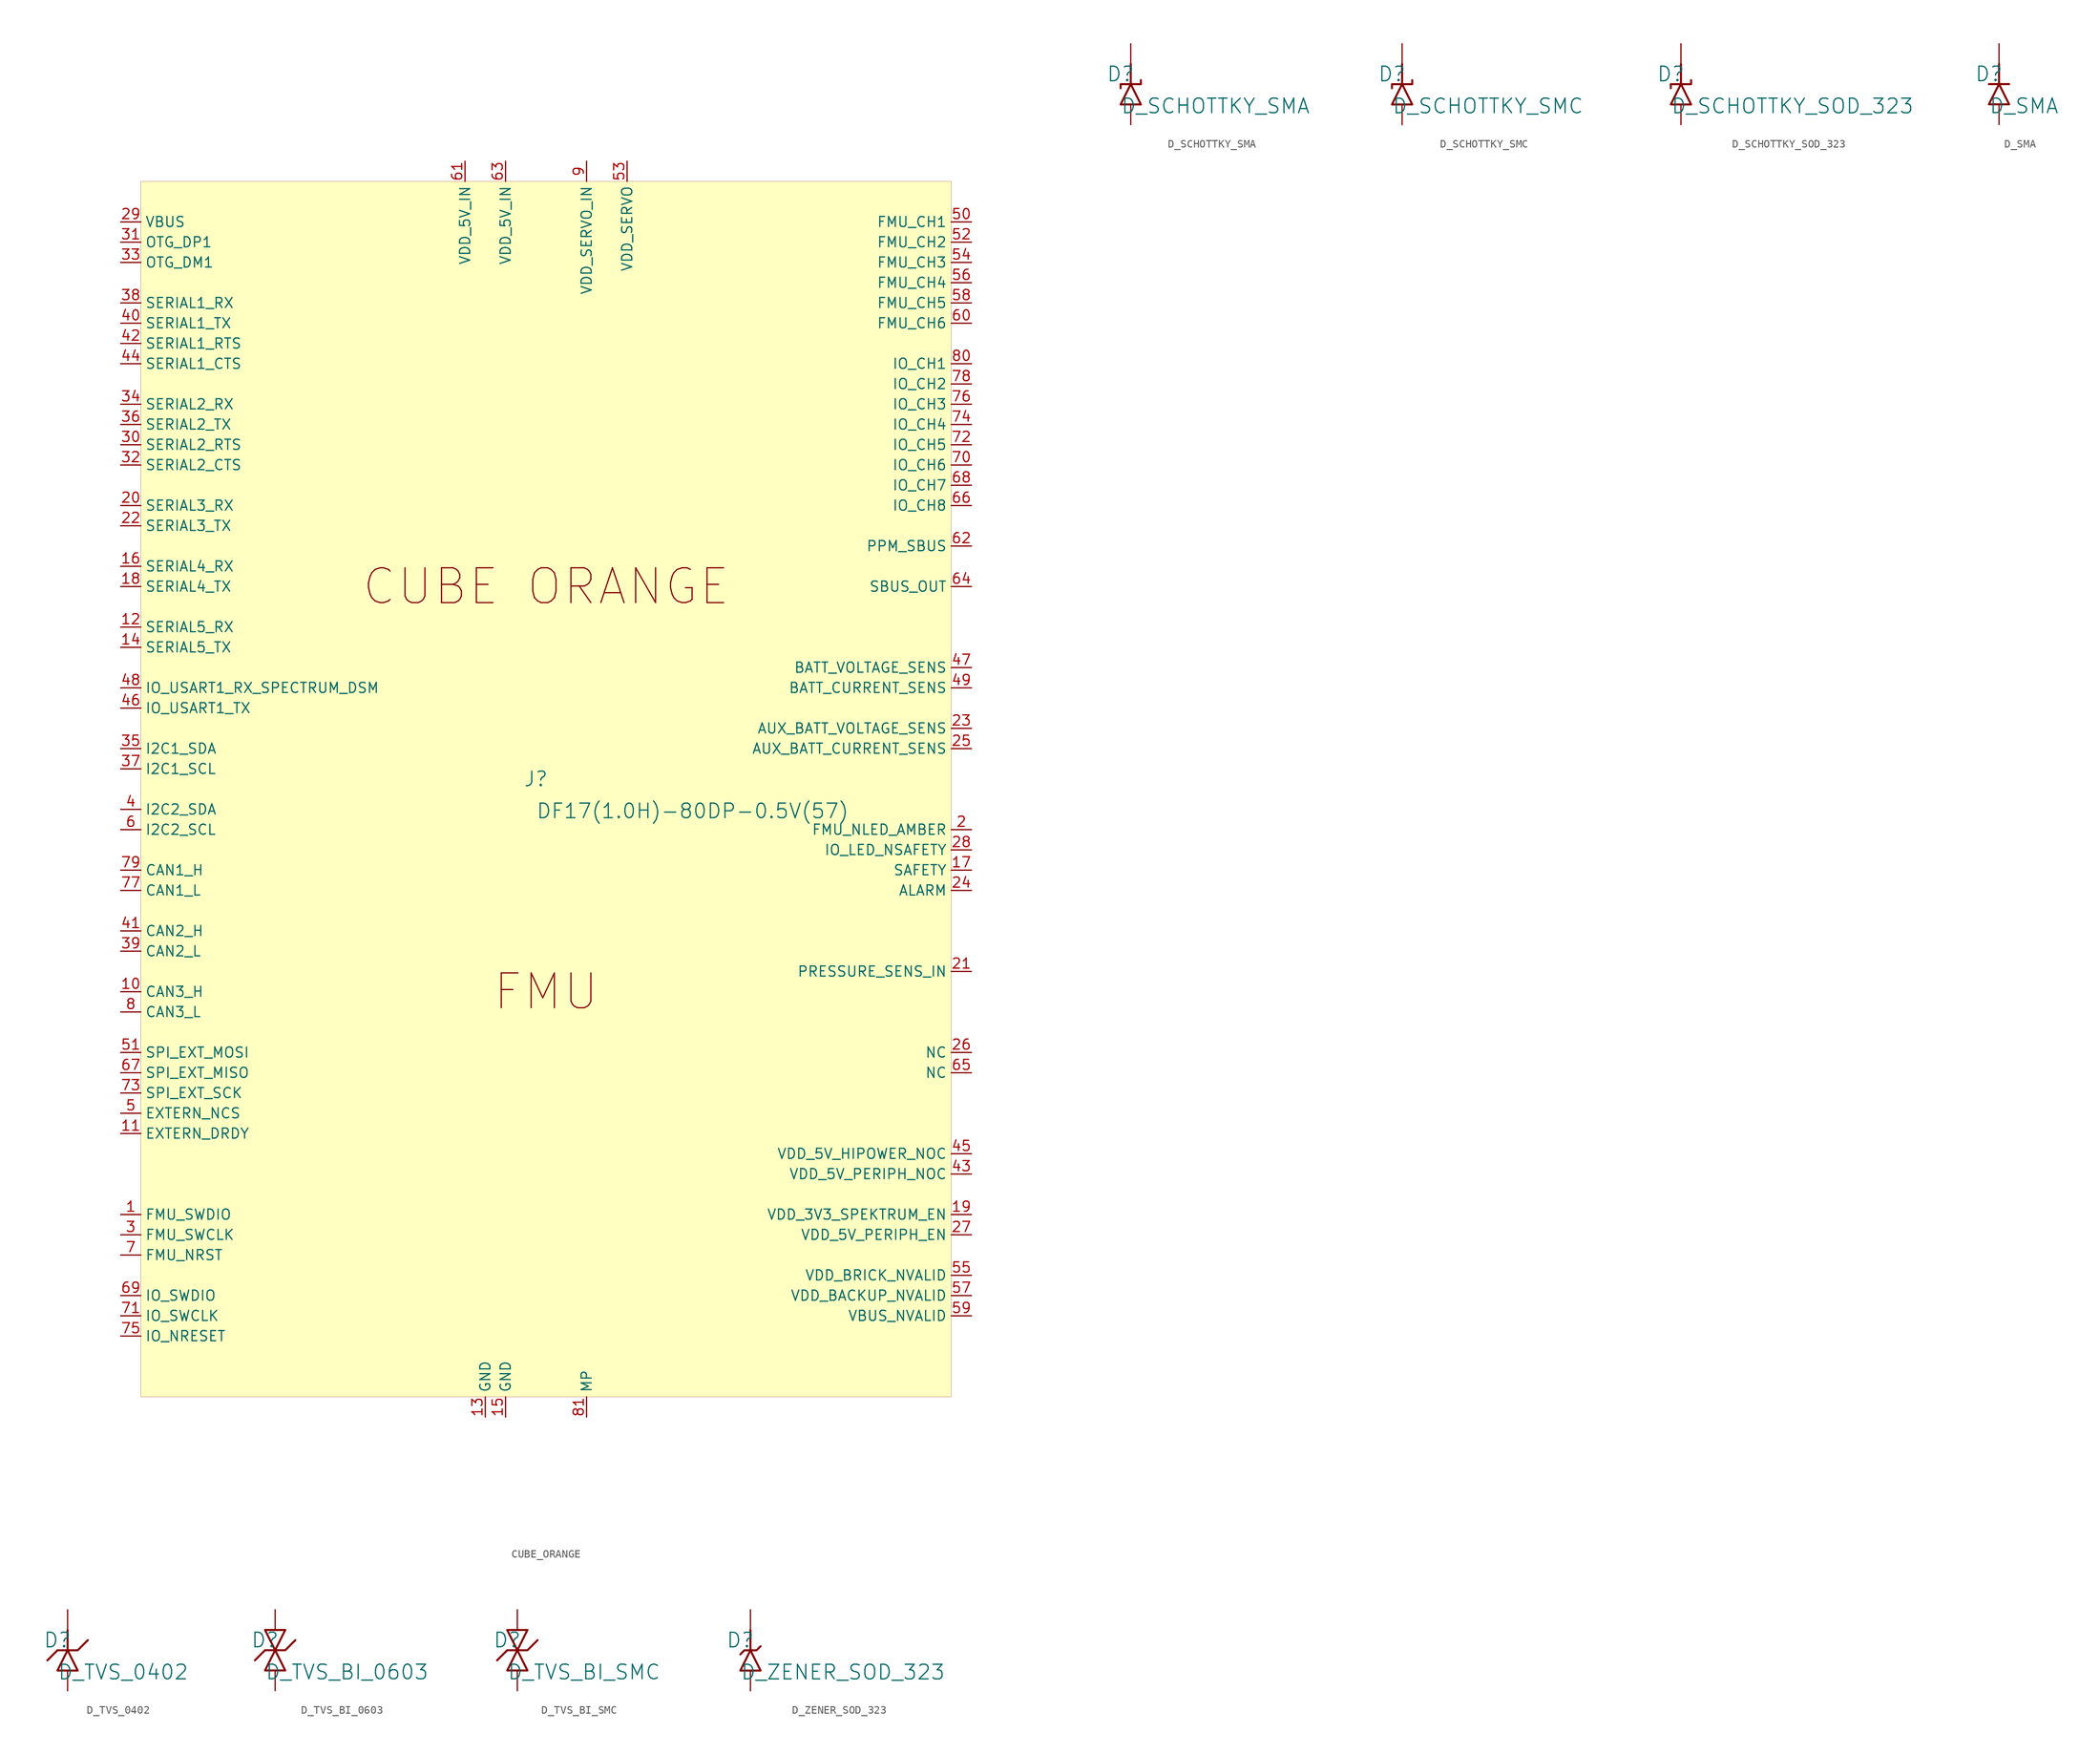
<source format=kicad_sym>
(kicad_symbol_lib
  (version 20231120)
  (generator "kicad_symbol_editor")
  (generator_version "8.0")
  (symbol "CUBE_ORANGE"
    (property "Reference" "J"
      (at -1.27 1.27 0)
      (effects (font (size 1.829 1.829))))
    (property "Value" "DF17(1.0H)-80DP-0.5V(57)"
      (at -1.27 -3.81 0)
      (effects (font (size 1.829 1.829)) (justify left bottom)))
    (symbol "CUBE_ORANGE_1_0"
      (rectangle (start 50.8 76.2) (end -50.8 -76.2) (stroke (width 0.025) (type solid) (color 128 0 0 1)) (fill (type background)))
      (text "CUBE ORANGE" (at 0 25.4 0) (effects (font (size 4.369 4.369))))
      (text "FMU" (at 0 -25.4 0) (effects (font (size 4.369 4.369))))
      (pin passive line (at -53.34 -53.34 0) (length 2.54) (name "FMU_SWDIO" (effects (font (size 1.27 1.27)))) (number "1" (effects (font (size 1.27 1.27)))))
      (pin bidirectional line (at -53.34 -25.4 0) (length 2.54) (name "CAN3_H" (effects (font (size 1.27 1.27)))) (number "10" (effects (font (size 1.27 1.27)))))
      (pin passive line (at -53.34 -43.18 0) (length 2.54) (name "EXTERN_DRDY" (effects (font (size 1.27 1.27)))) (number "11" (effects (font (size 1.27 1.27)))))
      (pin input line (at -53.34 20.32 0) (length 2.54) (name "SERIAL5_RX" (effects (font (size 1.27 1.27)))) (number "12" (effects (font (size 1.27 1.27)))))
      (pin passive line (at -7.62 -78.74 90) (length 2.54) (name "GND" (effects (font (size 1.27 1.27)))) (number "13" (effects (font (size 1.27 1.27)))))
      (pin output line (at -53.34 17.78 0) (length 2.54) (name "SERIAL5_TX" (effects (font (size 1.27 1.27)))) (number "14" (effects (font (size 1.27 1.27)))))
      (pin passive line (at -5.08 -78.74 90) (length 2.54) (name "GND" (effects (font (size 1.27 1.27)))) (number "15" (effects (font (size 1.27 1.27)))))
      (pin input line (at -53.34 27.94 0) (length 2.54) (name "SERIAL4_RX" (effects (font (size 1.27 1.27)))) (number "16" (effects (font (size 1.27 1.27)))))
      (pin passive line (at 53.34 -10.16 180) (length 2.54) (name "SAFETY" (effects (font (size 1.27 1.27)))) (number "17" (effects (font (size 1.27 1.27)))))
      (pin output line (at -53.34 25.4 0) (length 2.54) (name "SERIAL4_TX" (effects (font (size 1.27 1.27)))) (number "18" (effects (font (size 1.27 1.27)))))
      (pin passive line (at 53.34 -53.34 180) (length 2.54) (name "VDD_3V3_SPEKTRUM_EN" (effects (font (size 1.27 1.27)))) (number "19" (effects (font (size 1.27 1.27)))))
      (pin passive line (at 53.34 -5.08 180) (length 2.54) (name "FMU_NLED_AMBER" (effects (font (size 1.27 1.27)))) (number "2" (effects (font (size 1.27 1.27)))))
      (pin input line (at -53.34 35.56 0) (length 2.54) (name "SERIAL3_RX" (effects (font (size 1.27 1.27)))) (number "20" (effects (font (size 1.27 1.27)))))
      (pin passive line (at 53.34 -22.86 180) (length 2.54) (name "PRESSURE_SENS_IN" (effects (font (size 1.27 1.27)))) (number "21" (effects (font (size 1.27 1.27)))))
      (pin output line (at -53.34 33.02 0) (length 2.54) (name "SERIAL3_TX" (effects (font (size 1.27 1.27)))) (number "22" (effects (font (size 1.27 1.27)))))
      (pin input line (at 53.34 7.62 180) (length 2.54) (name "AUX_BATT_VOLTAGE_SENS" (effects (font (size 1.27 1.27)))) (number "23" (effects (font (size 1.27 1.27)))))
      (pin passive line (at 53.34 -12.7 180) (length 2.54) (name "ALARM" (effects (font (size 1.27 1.27)))) (number "24" (effects (font (size 1.27 1.27)))))
      (pin input line (at 53.34 5.08 180) (length 2.54) (name "AUX_BATT_CURRENT_SENS" (effects (font (size 1.27 1.27)))) (number "25" (effects (font (size 1.27 1.27)))))
      (pin passive line (at 53.34 -33.02 180) (length 2.54) (name "NC" (effects (font (size 1.27 1.27)))) (number "26" (effects (font (size 1.27 1.27)))))
      (pin passive line (at 53.34 -55.88 180) (length 2.54) (name "VDD_5V_PERIPH_EN" (effects (font (size 1.27 1.27)))) (number "27" (effects (font (size 1.27 1.27)))))
      (pin passive line (at 53.34 -7.62 180) (length 2.54) (name "IO_LED_NSAFETY" (effects (font (size 1.27 1.27)))) (number "28" (effects (font (size 1.27 1.27)))))
      (pin passive line (at -53.34 71.12 0) (length 2.54) (name "VBUS" (effects (font (size 1.27 1.27)))) (number "29" (effects (font (size 1.27 1.27)))))
      (pin passive line (at -53.34 -55.88 0) (length 2.54) (name "FMU_SWCLK" (effects (font (size 1.27 1.27)))) (number "3" (effects (font (size 1.27 1.27)))))
      (pin passive line (at -53.34 43.18 0) (length 2.54) (name "SERIAL2_RTS" (effects (font (size 1.27 1.27)))) (number "30" (effects (font (size 1.27 1.27)))))
      (pin bidirectional line (at -53.34 68.58 0) (length 2.54) (name "OTG_DP1" (effects (font (size 1.27 1.27)))) (number "31" (effects (font (size 1.27 1.27)))))
      (pin passive line (at -53.34 40.64 0) (length 2.54) (name "SERIAL2_CTS" (effects (font (size 1.27 1.27)))) (number "32" (effects (font (size 1.27 1.27)))))
      (pin bidirectional line (at -53.34 66.04 0) (length 2.54) (name "OTG_DM1" (effects (font (size 1.27 1.27)))) (number "33" (effects (font (size 1.27 1.27)))))
      (pin input line (at -53.34 48.26 0) (length 2.54) (name "SERIAL2_RX" (effects (font (size 1.27 1.27)))) (number "34" (effects (font (size 1.27 1.27)))))
      (pin bidirectional line (at -53.34 5.08 0) (length 2.54) (name "I2C1_SDA" (effects (font (size 1.27 1.27)))) (number "35" (effects (font (size 1.27 1.27)))))
      (pin output line (at -53.34 45.72 0) (length 2.54) (name "SERIAL2_TX" (effects (font (size 1.27 1.27)))) (number "36" (effects (font (size 1.27 1.27)))))
      (pin output line (at -53.34 2.54 0) (length 2.54) (name "I2C1_SCL" (effects (font (size 1.27 1.27)))) (number "37" (effects (font (size 1.27 1.27)))))
      (pin input line (at -53.34 60.96 0) (length 2.54) (name "SERIAL1_RX" (effects (font (size 1.27 1.27)))) (number "38" (effects (font (size 1.27 1.27)))))
      (pin bidirectional line (at -53.34 -20.32 0) (length 2.54) (name "CAN2_L" (effects (font (size 1.27 1.27)))) (number "39" (effects (font (size 1.27 1.27)))))
      (pin bidirectional line (at -53.34 -2.54 0) (length 2.54) (name "I2C2_SDA" (effects (font (size 1.27 1.27)))) (number "4" (effects (font (size 1.27 1.27)))))
      (pin output line (at -53.34 58.42 0) (length 2.54) (name "SERIAL1_TX" (effects (font (size 1.27 1.27)))) (number "40" (effects (font (size 1.27 1.27)))))
      (pin bidirectional line (at -53.34 -17.78 0) (length 2.54) (name "CAN2_H" (effects (font (size 1.27 1.27)))) (number "41" (effects (font (size 1.27 1.27)))))
      (pin passive line (at -53.34 55.88 0) (length 2.54) (name "SERIAL1_RTS" (effects (font (size 1.27 1.27)))) (number "42" (effects (font (size 1.27 1.27)))))
      (pin passive line (at 53.34 -48.26 180) (length 2.54) (name "VDD_5V_PERIPH_NOC" (effects (font (size 1.27 1.27)))) (number "43" (effects (font (size 1.27 1.27)))))
      (pin passive line (at -53.34 53.34 0) (length 2.54) (name "SERIAL1_CTS" (effects (font (size 1.27 1.27)))) (number "44" (effects (font (size 1.27 1.27)))))
      (pin passive line (at 53.34 -45.72 180) (length 2.54) (name "VDD_5V_HIPOWER_NOC" (effects (font (size 1.27 1.27)))) (number "45" (effects (font (size 1.27 1.27)))))
      (pin output line (at -53.34 10.16 0) (length 2.54) (name "IO_USART1_TX" (effects (font (size 1.27 1.27)))) (number "46" (effects (font (size 1.27 1.27)))))
      (pin input line (at 53.34 15.24 180) (length 2.54) (name "BATT_VOLTAGE_SENS" (effects (font (size 1.27 1.27)))) (number "47" (effects (font (size 1.27 1.27)))))
      (pin input line (at -53.34 12.7 0) (length 2.54) (name "IO_USART1_RX_SPECTRUM_DSM" (effects (font (size 1.27 1.27)))) (number "48" (effects (font (size 1.27 1.27)))))
      (pin input line (at 53.34 12.7 180) (length 2.54) (name "BATT_CURRENT_SENS" (effects (font (size 1.27 1.27)))) (number "49" (effects (font (size 1.27 1.27)))))
      (pin passive line (at -53.34 -40.64 0) (length 2.54) (name "EXTERN_NCS" (effects (font (size 1.27 1.27)))) (number "5" (effects (font (size 1.27 1.27)))))
      (pin output line (at 53.34 71.12 180) (length 2.54) (name "FMU_CH1" (effects (font (size 1.27 1.27)))) (number "50" (effects (font (size 1.27 1.27)))))
      (pin output line (at -53.34 -33.02 0) (length 2.54) (name "SPI_EXT_MOSI" (effects (font (size 1.27 1.27)))) (number "51" (effects (font (size 1.27 1.27)))))
      (pin output line (at 53.34 68.58 180) (length 2.54) (name "FMU_CH2" (effects (font (size 1.27 1.27)))) (number "52" (effects (font (size 1.27 1.27)))))
      (pin passive line (at 10.16 78.74 270) (length 2.54) (name "VDD_SERVO" (effects (font (size 1.27 1.27)))) (number "53" (effects (font (size 1.27 1.27)))))
      (pin output line (at 53.34 66.04 180) (length 2.54) (name "FMU_CH3" (effects (font (size 1.27 1.27)))) (number "54" (effects (font (size 1.27 1.27)))))
      (pin passive line (at 53.34 -60.96 180) (length 2.54) (name "VDD_BRICK_NVALID" (effects (font (size 1.27 1.27)))) (number "55" (effects (font (size 1.27 1.27)))))
      (pin output line (at 53.34 63.5 180) (length 2.54) (name "FMU_CH4" (effects (font (size 1.27 1.27)))) (number "56" (effects (font (size 1.27 1.27)))))
      (pin passive line (at 53.34 -63.5 180) (length 2.54) (name "VDD_BACKUP_NVALID" (effects (font (size 1.27 1.27)))) (number "57" (effects (font (size 1.27 1.27)))))
      (pin output line (at 53.34 60.96 180) (length 2.54) (name "FMU_CH5" (effects (font (size 1.27 1.27)))) (number "58" (effects (font (size 1.27 1.27)))))
      (pin passive line (at 53.34 -66.04 180) (length 2.54) (name "VBUS_NVALID" (effects (font (size 1.27 1.27)))) (number "59" (effects (font (size 1.27 1.27)))))
      (pin output line (at -53.34 -5.08 0) (length 2.54) (name "I2C2_SCL" (effects (font (size 1.27 1.27)))) (number "6" (effects (font (size 1.27 1.27)))))
      (pin output line (at 53.34 58.42 180) (length 2.54) (name "FMU_CH6" (effects (font (size 1.27 1.27)))) (number "60" (effects (font (size 1.27 1.27)))))
      (pin passive line (at -10.16 78.74 270) (length 2.54) (name "VDD_5V_IN" (effects (font (size 1.27 1.27)))) (number "61" (effects (font (size 1.27 1.27)))))
      (pin input line (at 53.34 30.48 180) (length 2.54) (name "PPM_SBUS" (effects (font (size 1.27 1.27)))) (number "62" (effects (font (size 1.27 1.27)))))
      (pin passive line (at -5.08 78.74 270) (length 2.54) (name "VDD_5V_IN" (effects (font (size 1.27 1.27)))) (number "63" (effects (font (size 1.27 1.27)))))
      (pin output line (at 53.34 25.4 180) (length 2.54) (name "SBUS_OUT" (effects (font (size 1.27 1.27)))) (number "64" (effects (font (size 1.27 1.27)))))
      (pin passive line (at 53.34 -35.56 180) (length 2.54) (name "NC" (effects (font (size 1.27 1.27)))) (number "65" (effects (font (size 1.27 1.27)))))
      (pin output line (at 53.34 35.56 180) (length 2.54) (name "IO_CH8" (effects (font (size 1.27 1.27)))) (number "66" (effects (font (size 1.27 1.27)))))
      (pin input line (at -53.34 -35.56 0) (length 2.54) (name "SPI_EXT_MISO" (effects (font (size 1.27 1.27)))) (number "67" (effects (font (size 1.27 1.27)))))
      (pin output line (at 53.34 38.1 180) (length 2.54) (name "IO_CH7" (effects (font (size 1.27 1.27)))) (number "68" (effects (font (size 1.27 1.27)))))
      (pin passive line (at -53.34 -63.5 0) (length 2.54) (name "IO_SWDIO" (effects (font (size 1.27 1.27)))) (number "69" (effects (font (size 1.27 1.27)))))
      (pin passive line (at -53.34 -58.42 0) (length 2.54) (name "FMU_NRST" (effects (font (size 1.27 1.27)))) (number "7" (effects (font (size 1.27 1.27)))))
      (pin output line (at 53.34 40.64 180) (length 2.54) (name "IO_CH6" (effects (font (size 1.27 1.27)))) (number "70" (effects (font (size 1.27 1.27)))))
      (pin passive line (at -53.34 -66.04 0) (length 2.54) (name "IO_SWCLK" (effects (font (size 1.27 1.27)))) (number "71" (effects (font (size 1.27 1.27)))))
      (pin output line (at 53.34 43.18 180) (length 2.54) (name "IO_CH5" (effects (font (size 1.27 1.27)))) (number "72" (effects (font (size 1.27 1.27)))))
      (pin passive line (at -53.34 -38.1 0) (length 2.54) (name "SPI_EXT_SCK" (effects (font (size 1.27 1.27)))) (number "73" (effects (font (size 1.27 1.27)))))
      (pin output line (at 53.34 45.72 180) (length 2.54) (name "IO_CH4" (effects (font (size 1.27 1.27)))) (number "74" (effects (font (size 1.27 1.27)))))
      (pin passive line (at -53.34 -68.58 0) (length 2.54) (name "IO_NRESET" (effects (font (size 1.27 1.27)))) (number "75" (effects (font (size 1.27 1.27)))))
      (pin output line (at 53.34 48.26 180) (length 2.54) (name "IO_CH3" (effects (font (size 1.27 1.27)))) (number "76" (effects (font (size 1.27 1.27)))))
      (pin bidirectional line (at -53.34 -12.7 0) (length 2.54) (name "CAN1_L" (effects (font (size 1.27 1.27)))) (number "77" (effects (font (size 1.27 1.27)))))
      (pin output line (at 53.34 50.8 180) (length 2.54) (name "IO_CH2" (effects (font (size 1.27 1.27)))) (number "78" (effects (font (size 1.27 1.27)))))
      (pin bidirectional line (at -53.34 -10.16 0) (length 2.54) (name "CAN1_H" (effects (font (size 1.27 1.27)))) (number "79" (effects (font (size 1.27 1.27)))))
      (pin bidirectional line (at -53.34 -27.94 0) (length 2.54) (name "CAN3_L" (effects (font (size 1.27 1.27)))) (number "8" (effects (font (size 1.27 1.27)))))
      (pin output line (at 53.34 53.34 180) (length 2.54) (name "IO_CH1" (effects (font (size 1.27 1.27)))) (number "80" (effects (font (size 1.27 1.27)))))
      (pin passive line (at 5.08 -78.74 90) (length 2.54) (name "MP" (effects (font (size 1.27 1.27)))) (number "81" (effects (font (size 1.27 1.27)))))
      (pin passive line (at 5.08 78.74 270) (length 2.54) (name "VDD_SERVO_IN" (effects (font (size 1.27 1.27)))) (number "9" (effects (font (size 1.27 1.27)))))))
  (symbol "D_SCHOTTKY_SMA"
    (property "Reference" "D"
      (at -1.27 1.27 0)
      (effects (font (size 1.829 1.829))))
    (property "Value" "D_SCHOTTKY_SMA"
      (at -1.27 -3.81 0)
      (effects (font (size 1.829 1.829)) (justify left bottom)))
    (symbol "D_SCHOTTKY_SMA_1_0"
      (polyline (pts (xy 0 2.54) (xy 0 0)) (stroke (width 0.254) (type solid)) (fill (type none)))
      (polyline (pts (xy 0 0) (xy -1.27 0) (xy -1.27 -0.508)) (stroke (width 0.254) (type solid)) (fill (type none)))
      (polyline (pts (xy 0 0) (xy 1.27 0) (xy 1.27 0.508)) (stroke (width 0.254) (type solid)) (fill (type none)))
      (polyline (pts (xy 0 0) (xy -1.27 -2.54) (xy 1.27 -2.54) (xy 0 0)) (stroke (width 0.254) (type solid)) (fill (type none)))
      (pin passive line (at 0 -5.08 90) (length 2.54) (name "A" (effects (font (size 0 0)))) (number "A" (effects (font (size 0 0)))))
      (pin passive line (at 0 5.08 270) (length 2.54) (name "K" (effects (font (size 0 0)))) (number "K" (effects (font (size 0 0)))))))
  (symbol "D_SCHOTTKY_SMC"
    (property "Reference" "D"
      (at -1.27 1.27 0)
      (effects (font (size 1.829 1.829))))
    (property "Value" "D_SCHOTTKY_SMC"
      (at -1.27 -3.81 0)
      (effects (font (size 1.829 1.829)) (justify left bottom)))
    (symbol "D_SCHOTTKY_SMC_1_0"
      (polyline (pts (xy 0 2.54) (xy 0 0)) (stroke (width 0.254) (type solid)) (fill (type none)))
      (polyline (pts (xy 0 0) (xy -1.27 0) (xy -1.27 -0.508)) (stroke (width 0.254) (type solid)) (fill (type none)))
      (polyline (pts (xy 0 0) (xy 1.27 0) (xy 1.27 0.508)) (stroke (width 0.254) (type solid)) (fill (type none)))
      (polyline (pts (xy 0 0) (xy -1.27 -2.54) (xy 1.27 -2.54) (xy 0 0)) (stroke (width 0.254) (type solid)) (fill (type none)))
      (pin passive line (at 0 -5.08 90) (length 2.54) (name "A" (effects (font (size 0 0)))) (number "A" (effects (font (size 0 0)))))
      (pin passive line (at 0 5.08 270) (length 2.54) (name "K" (effects (font (size 0 0)))) (number "K" (effects (font (size 0 0)))))))
  (symbol "D_SCHOTTKY_SOD_323"
    (property "Reference" "D"
      (at -1.27 1.27 0)
      (effects (font (size 1.829 1.829))))
    (property "Value" "D_SCHOTTKY_SOD_323"
      (at -1.27 -3.81 0)
      (effects (font (size 1.829 1.829)) (justify left bottom)))
    (symbol "D_SCHOTTKY_SOD_323_1_0"
      (polyline (pts (xy 0 2.54) (xy 0 0)) (stroke (width 0.254) (type solid)) (fill (type none)))
      (polyline (pts (xy 0 0) (xy -1.27 0) (xy -1.27 -0.508)) (stroke (width 0.254) (type solid)) (fill (type none)))
      (polyline (pts (xy 0 0) (xy 1.27 0) (xy 1.27 0.508)) (stroke (width 0.254) (type solid)) (fill (type none)))
      (polyline (pts (xy 0 0) (xy -1.27 -2.54) (xy 1.27 -2.54) (xy 0 0)) (stroke (width 0.254) (type solid)) (fill (type none)))
      (pin passive line (at 0 -5.08 90) (length 2.54) (name "A" (effects (font (size 0 0)))) (number "A" (effects (font (size 0 0)))))
      (pin passive line (at 0 5.08 270) (length 2.54) (name "K" (effects (font (size 0 0)))) (number "K" (effects (font (size 0 0)))))))
  (symbol "D_SMA"
    (property "Reference" "D"
      (at -1.27 1.27 0)
      (effects (font (size 1.829 1.829))))
    (property "Value" "D_SMA"
      (at -1.27 -3.81 0)
      (effects (font (size 1.829 1.829)) (justify left bottom)))
    (symbol "D_SMA_1_0"
      (polyline (pts (xy 0 0) (xy -1.27 0)) (stroke (width 0.254) (type solid)) (fill (type none)))
      (polyline (pts (xy 0 2.54) (xy 0 0)) (stroke (width 0.254) (type solid)) (fill (type none)))
      (polyline (pts (xy 1.27 0) (xy 0 0)) (stroke (width 0.254) (type solid)) (fill (type none)))
      (polyline (pts (xy 0 0) (xy -1.27 -2.54) (xy 1.27 -2.54) (xy 0 0)) (stroke (width 0.254) (type solid)) (fill (type none)))
      (pin passive line (at 0 -5.08 90) (length 2.54) (name "A" (effects (font (size 0 0)))) (number "A" (effects (font (size 0 0)))))
      (pin passive line (at 0 5.08 270) (length 2.54) (name "K" (effects (font (size 0 0)))) (number "K" (effects (font (size 0 0)))))))
  (symbol "D_TVS_0402"
    (property "Reference" "D"
      (at -1.27 1.27 0)
      (effects (font (size 1.829 1.829))))
    (property "Value" "D_TVS_0402"
      (at -1.27 -3.81 0)
      (effects (font (size 1.829 1.829)) (justify left bottom)))
    (symbol "D_TVS_0402_1_0"
      (polyline (pts (xy -1.27 0) (xy -2.54 -1.27)) (stroke (width 0.254) (type solid)) (fill (type none)))
      (polyline (pts (xy 0 2.54) (xy 0 0)) (stroke (width 0.254) (type solid)) (fill (type none)))
      (polyline (pts (xy -1.27 0) (xy 1.27 0) (xy 2.54 1.27)) (stroke (width 0.254) (type solid)) (fill (type none)))
      (polyline (pts (xy 0 0) (xy -1.27 -2.54) (xy 1.27 -2.54) (xy 0 0)) (stroke (width 0.254) (type solid)) (fill (type none)))
      (pin passive line (at 0 -5.08 90) (length 2.54) (name "A" (effects (font (size 0 0)))) (number "A" (effects (font (size 0 0)))))
      (pin passive line (at 0 5.08 270) (length 2.54) (name "K" (effects (font (size 0 0)))) (number "K" (effects (font (size 0 0)))))))
  (symbol "D_TVS_BI_0603"
    (property "Reference" "D"
      (at -1.27 1.27 0)
      (effects (font (size 1.829 1.829))))
    (property "Value" "D_TVS_BI_0603"
      (at -1.27 -3.81 0)
      (effects (font (size 1.829 1.829)) (justify left bottom)))
    (symbol "D_TVS_BI_0603_1_0"
      (polyline (pts (xy -1.27 0) (xy -2.54 -1.27)) (stroke (width 0.254) (type solid)) (fill (type none)))
      (polyline (pts (xy -1.27 0) (xy 1.27 0) (xy 2.54 1.27)) (stroke (width 0.254) (type solid)) (fill (type none)))
      (polyline (pts (xy 0 0) (xy -1.27 -2.54) (xy 1.27 -2.54) (xy 0 0)) (stroke (width 0.254) (type solid)) (fill (type none)))
      (polyline (pts (xy 0 0) (xy 1.27 2.54) (xy -1.27 2.54) (xy 0 0)) (stroke (width 0.254) (type solid)) (fill (type none)))
      (pin passive line (at 0 -5.08 90) (length 2.54) (name "A" (effects (font (size 0 0)))) (number "A" (effects (font (size 0 0)))))
      (pin passive line (at 0 5.08 270) (length 2.54) (name "K" (effects (font (size 0 0)))) (number "K" (effects (font (size 0 0)))))))
  (symbol "D_TVS_BI_SMC"
    (property "Reference" "D"
      (at -1.27 1.27 0)
      (effects (font (size 1.829 1.829))))
    (property "Value" "D_TVS_BI_SMC"
      (at -1.27 -3.81 0)
      (effects (font (size 1.829 1.829)) (justify left bottom)))
    (symbol "D_TVS_BI_SMC_1_0"
      (polyline (pts (xy -1.27 0) (xy -2.54 -1.27)) (stroke (width 0.254) (type solid)) (fill (type none)))
      (polyline (pts (xy -1.27 0) (xy 1.27 0) (xy 2.54 1.27)) (stroke (width 0.254) (type solid)) (fill (type none)))
      (polyline (pts (xy 0 0) (xy -1.27 -2.54) (xy 1.27 -2.54) (xy 0 0)) (stroke (width 0.254) (type solid)) (fill (type none)))
      (polyline (pts (xy 0 0) (xy 1.27 2.54) (xy -1.27 2.54) (xy 0 0)) (stroke (width 0.254) (type solid)) (fill (type none)))
      (pin passive line (at 0 -5.08 90) (length 2.54) (name "A" (effects (font (size 0 0)))) (number "A" (effects (font (size 0 0)))))
      (pin passive line (at 0 5.08 270) (length 2.54) (name "K" (effects (font (size 0 0)))) (number "K" (effects (font (size 0 0)))))))
  (symbol "D_ZENER_SOD_323"
    (property "Reference" "D"
      (at -1.27 1.27 0)
      (effects (font (size 1.829 1.829))))
    (property "Value" "D_ZENER_SOD_323"
      (at -1.27 -3.81 0)
      (effects (font (size 1.829 1.829)) (justify left bottom)))
    (symbol "D_ZENER_SOD_323_1_0"
      (polyline (pts (xy 0 2.54) (xy 0 0)) (stroke (width 0.254) (type solid)) (fill (type none)))
      (polyline (pts (xy 0 0) (xy -0.762 0) (xy -1.27 -0.508)) (stroke (width 0.254) (type solid)) (fill (type none)))
      (polyline (pts (xy 0 0) (xy 0.762 0) (xy 1.27 0.508)) (stroke (width 0.254) (type solid)) (fill (type none)))
      (polyline (pts (xy 0 0) (xy -1.27 -2.54) (xy 1.27 -2.54) (xy 0 0)) (stroke (width 0.254) (type solid)) (fill (type none)))
      (pin passive line (at 0 -5.08 90) (length 2.54) (name "A" (effects (font (size 0 0)))) (number "A" (effects (font (size 0 0)))))
      (pin passive line (at 0 5.08 270) (length 2.54) (name "K" (effects (font (size 0 0)))) (number "K" (effects (font (size 0 0))))))))
</source>
